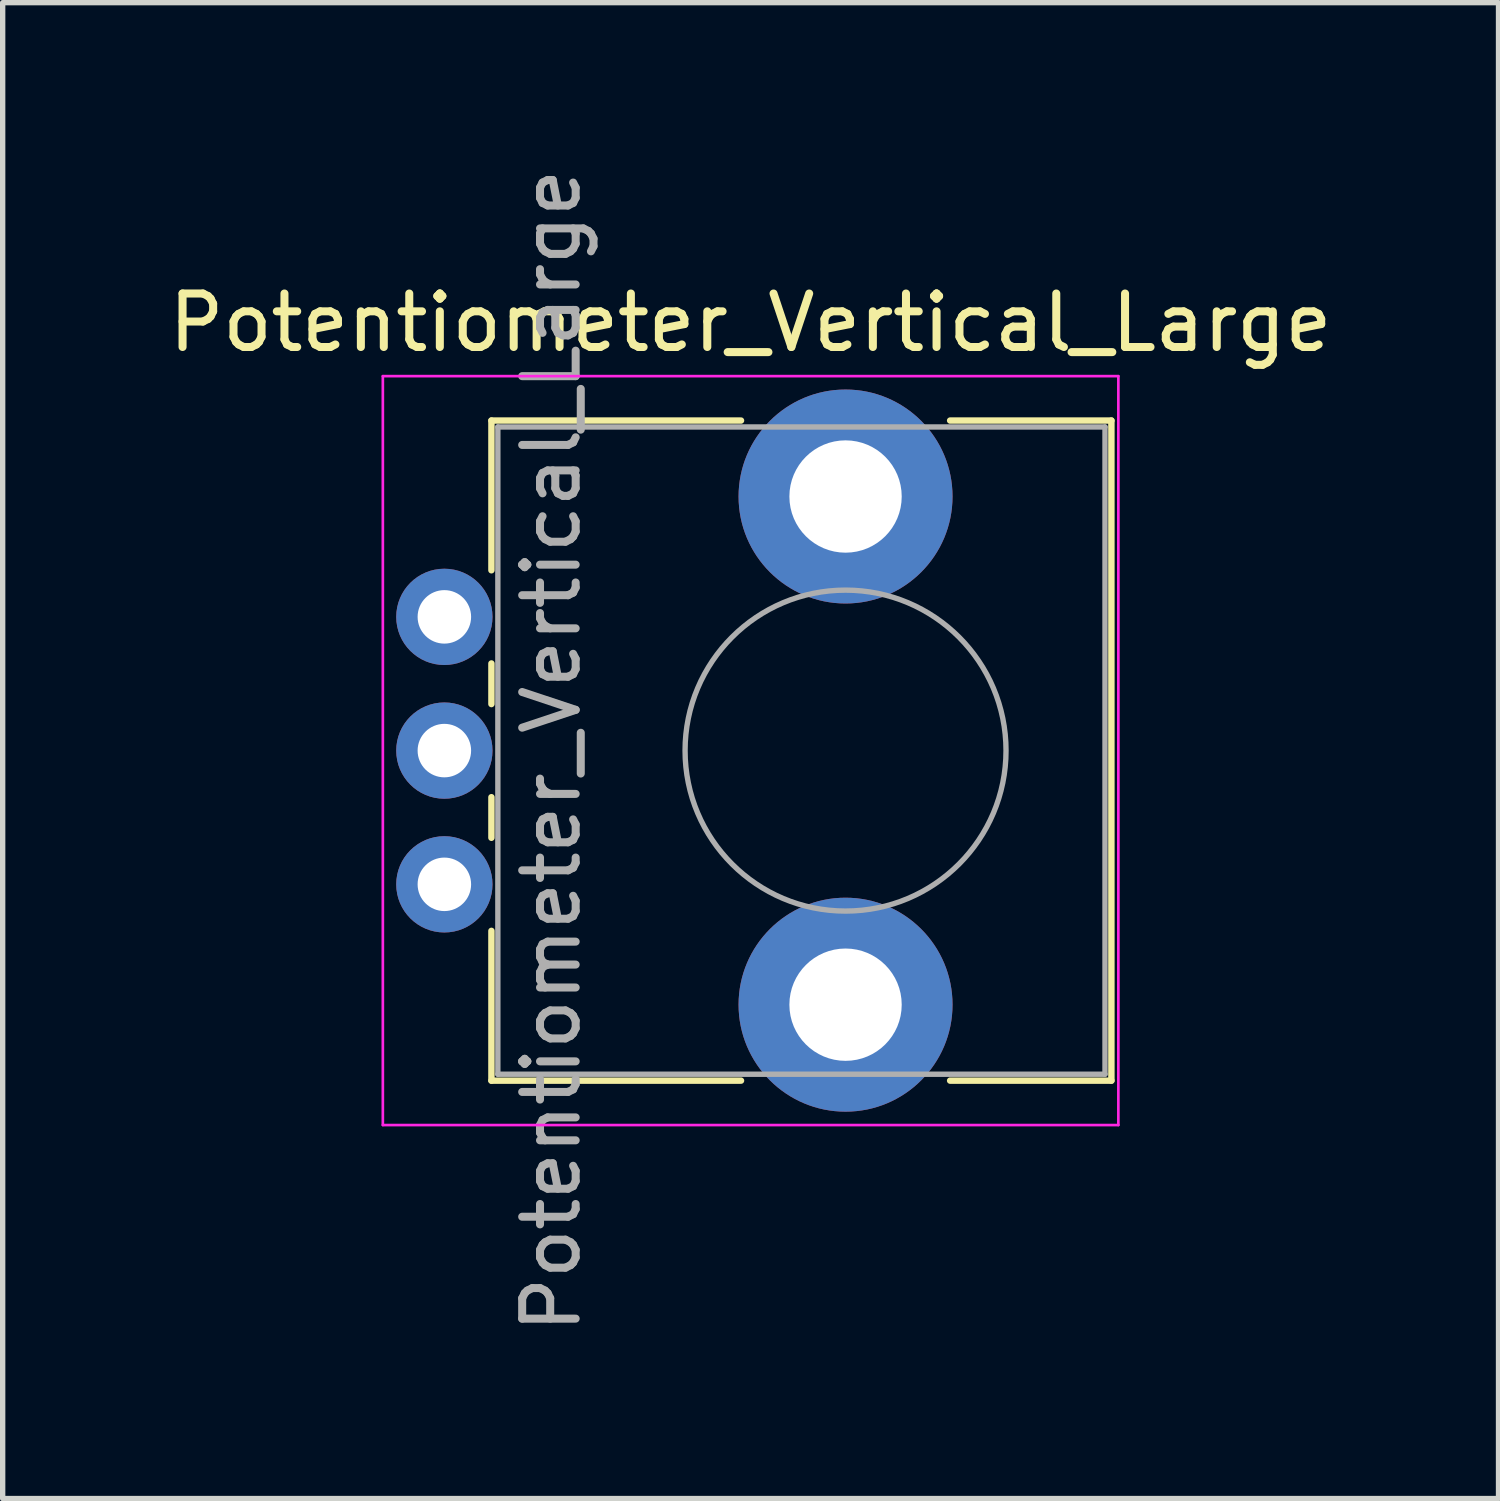
<source format=kicad_pcb>
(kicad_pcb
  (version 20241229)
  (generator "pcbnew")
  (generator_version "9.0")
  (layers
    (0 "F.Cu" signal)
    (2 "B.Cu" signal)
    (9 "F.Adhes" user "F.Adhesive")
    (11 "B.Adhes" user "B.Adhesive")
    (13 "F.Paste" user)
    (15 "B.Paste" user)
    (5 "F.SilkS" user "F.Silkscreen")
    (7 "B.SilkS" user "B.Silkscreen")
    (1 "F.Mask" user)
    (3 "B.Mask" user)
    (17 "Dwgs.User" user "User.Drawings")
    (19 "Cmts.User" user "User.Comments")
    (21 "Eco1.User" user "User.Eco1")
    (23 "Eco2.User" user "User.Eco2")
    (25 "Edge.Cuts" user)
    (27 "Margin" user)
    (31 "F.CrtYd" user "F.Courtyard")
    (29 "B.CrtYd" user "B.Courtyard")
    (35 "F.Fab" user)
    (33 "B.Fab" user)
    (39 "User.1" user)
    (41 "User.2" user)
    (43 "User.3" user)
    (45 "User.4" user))
  (footprint "Potentiometer_Vertical_Large"
    (layer "F.Cu")
    (at 5.257 13.482)
    (property "Reference" "Potentiometer_Vertical_Large" (at 5.725 -10.5 0) (layer "F.SilkS") (effects (font (size 1 1) (thickness 0.15))))
    (attr through_hole)
    (fp_line (start 0.88 -8.67) (end 0.88 -5.871) (stroke (width 0.12) (type solid)) (layer "F.SilkS"))
    (fp_line (start 0.88 -8.67) (end 5.546 -8.67) (stroke (width 0.12) (type solid)) (layer "F.SilkS"))
    (fp_line (start 0.88 -4.129) (end 0.88 -3.37) (stroke (width 0.12) (type solid)) (layer "F.SilkS"))
    (fp_line (start 0.88 -1.629) (end 0.88 -0.87) (stroke (width 0.12) (type solid)) (layer "F.SilkS"))
    (fp_line (start 0.88 0.87) (end 0.88 3.67) (stroke (width 0.12) (type solid)) (layer "F.SilkS"))
    (fp_line (start 0.88 3.67) (end 5.546 3.67) (stroke (width 0.12) (type solid)) (layer "F.SilkS"))
    (fp_line (start 9.455 -8.67) (end 12.47 -8.67) (stroke (width 0.12) (type solid)) (layer "F.SilkS"))
    (fp_line (start 9.455 3.67) (end 12.47 3.67) (stroke (width 0.12) (type solid)) (layer "F.SilkS"))
    (fp_line (start 12.47 -8.67) (end 12.47 3.67) (stroke (width 0.12) (type solid)) (layer "F.SilkS"))
    (fp_line (start -1.15 -9.5) (end -1.15 4.5) (stroke (width 0.05) (type solid)) (layer "F.CrtYd"))
    (fp_line (start -1.15 4.5) (end 12.6 4.5) (stroke (width 0.05) (type solid)) (layer "F.CrtYd"))
    (fp_line (start 12.6 -9.5) (end -1.15 -9.5) (stroke (width 0.05) (type solid)) (layer "F.CrtYd"))
    (fp_line (start 12.6 4.5) (end 12.6 -9.5) (stroke (width 0.05) (type solid)) (layer "F.CrtYd"))
    (fp_line (start 1 -8.55) (end 1 3.55) (stroke (width 0.1) (type solid)) (layer "F.Fab"))
    (fp_line (start 1 3.55) (end 12.35 3.55) (stroke (width 0.1) (type solid)) (layer "F.Fab"))
    (fp_line (start 12.35 -8.55) (end 1 -8.55) (stroke (width 0.1) (type solid)) (layer "F.Fab"))
    (fp_line (start 12.35 3.55) (end 12.35 -8.55) (stroke (width 0.1) (type solid)) (layer "F.Fab"))
    (fp_circle (center 7.5 -2.5) (end 10.5 -2.5) (stroke (width 0.1) (type solid)) (fill no) (layer "F.Fab"))
    (fp_text user "${REFERENCE}" (at 2 -2.5 90) (layer "F.Fab") (effects (font (size 1 1) (thickness 0.15))))
    (pad "" np_thru_hole circle (at 7.5 -7.25) (size 4 4) (drill 2.1) (layers "*.Cu" "*.Mask"))
    (pad "" np_thru_hole circle (at 7.5 2.25) (size 4 4) (drill 2.1) (layers "*.Cu" "*.Mask"))
    (pad "1" thru_hole circle (at 0 0) (size 1.8 1.8) (drill 1) (layers "*.Cu" "*.Mask"))
    (pad "2" thru_hole circle (at 0 -2.5) (size 1.8 1.8) (drill 1) (layers "*.Cu" "*.Mask"))
    (pad "3" thru_hole circle (at 0 -5) (size 1.8 1.8) (drill 1) (layers "*.Cu" "*.Mask")))
  (gr_rect
    (start -3 -3)
    (end 24.964 24.964)
    (stroke (width 0.1) (type default))
    (fill no)
    (layer "Edge.Cuts")))
</source>
